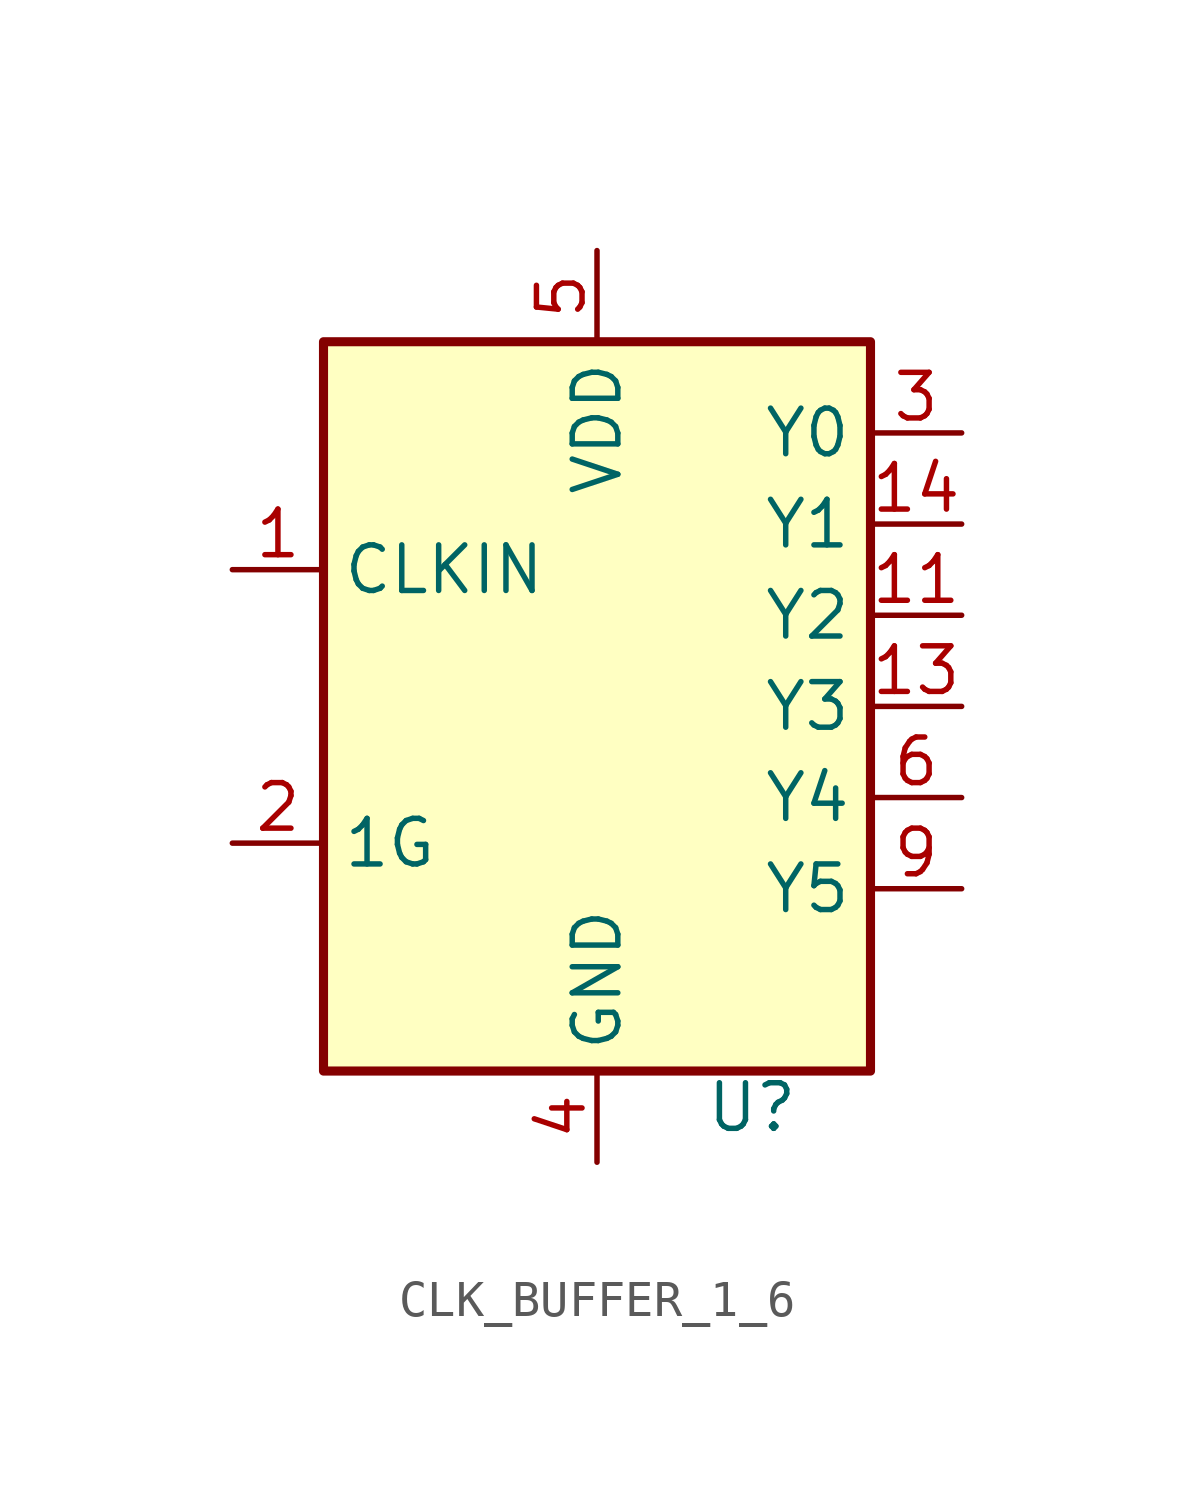
<source format=kicad_sym>
(kicad_symbol_lib
  (version 20241209)
  (generator "kicad_symbol_editor")
  (generator_version "9.0")
  (symbol "CLK_BUFFER_1_6"
    (property "Reference" "U"
      (at 4.318 -11.176 0)
      (effects (font (size 1.27 1.27))))
    (property "Value" ""
      (at 0 0 0)
      (effects (font (size 1.27 1.27))))
    (symbol "CLK_BUFFER_1_6_0_1"
      (rectangle (start -7.62 10.16) (end 7.62 -10.16) (stroke (width 0.254) (type default)) (fill (type background))))
    (symbol "CLK_BUFFER_1_6_1_1"
      (pin input line (at -10.16 3.81 0) (length 2.54) (name "CLKIN" (effects (font (size 1.27 1.27)))) (number "1" (effects (font (size 1.27 1.27)))))
      (pin input line (at -10.16 -3.81 0) (length 2.54) (name "1G" (effects (font (size 1.27 1.27)))) (number "2" (effects (font (size 1.27 1.27)))))
      (pin passive line (at 0 12.7 270) (length 2.54) (hide yes) (name "VDD" (effects (font (size 1.27 1.27)))) (number "12" (effects (font (size 1.27 1.27)))))
      (pin power_in line (at 0 12.7 270) (length 2.54) (name "VDD" (effects (font (size 1.27 1.27)))) (number "5" (effects (font (size 1.27 1.27)))))
      (pin passive line (at 0 12.7 270) (length 2.54) (hide yes) (name "VDD" (effects (font (size 1.27 1.27)))) (number "8" (effects (font (size 1.27 1.27)))))
      (pin passive line (at 0 -12.7 90) (length 2.54) (hide yes) (name "GND" (effects (font (size 1.27 1.27)))) (number "10" (effects (font (size 1.27 1.27)))))
      (pin power_in line (at 0 -12.7 90) (length 2.54) (name "GND" (effects (font (size 1.27 1.27)))) (number "4" (effects (font (size 1.27 1.27)))))
      (pin passive line (at 0 -12.7 90) (length 2.54) (hide yes) (name "GND" (effects (font (size 1.27 1.27)))) (number "7" (effects (font (size 1.27 1.27)))))
      (pin output line (at 10.16 7.62 180) (length 2.54) (name "Y0" (effects (font (size 1.27 1.27)))) (number "3" (effects (font (size 1.27 1.27)))))
      (pin output line (at 10.16 5.08 180) (length 2.54) (name "Y1" (effects (font (size 1.27 1.27)))) (number "14" (effects (font (size 1.27 1.27)))))
      (pin output line (at 10.16 2.54 180) (length 2.54) (name "Y2" (effects (font (size 1.27 1.27)))) (number "11" (effects (font (size 1.27 1.27)))))
      (pin output line (at 10.16 0 180) (length 2.54) (name "Y3" (effects (font (size 1.27 1.27)))) (number "13" (effects (font (size 1.27 1.27)))))
      (pin output line (at 10.16 -2.54 180) (length 2.54) (name "Y4" (effects (font (size 1.27 1.27)))) (number "6" (effects (font (size 1.27 1.27)))))
      (pin output line (at 10.16 -5.08 180) (length 2.54) (name "Y5" (effects (font (size 1.27 1.27)))) (number "9" (effects (font (size 1.27 1.27))))))))
</source>
